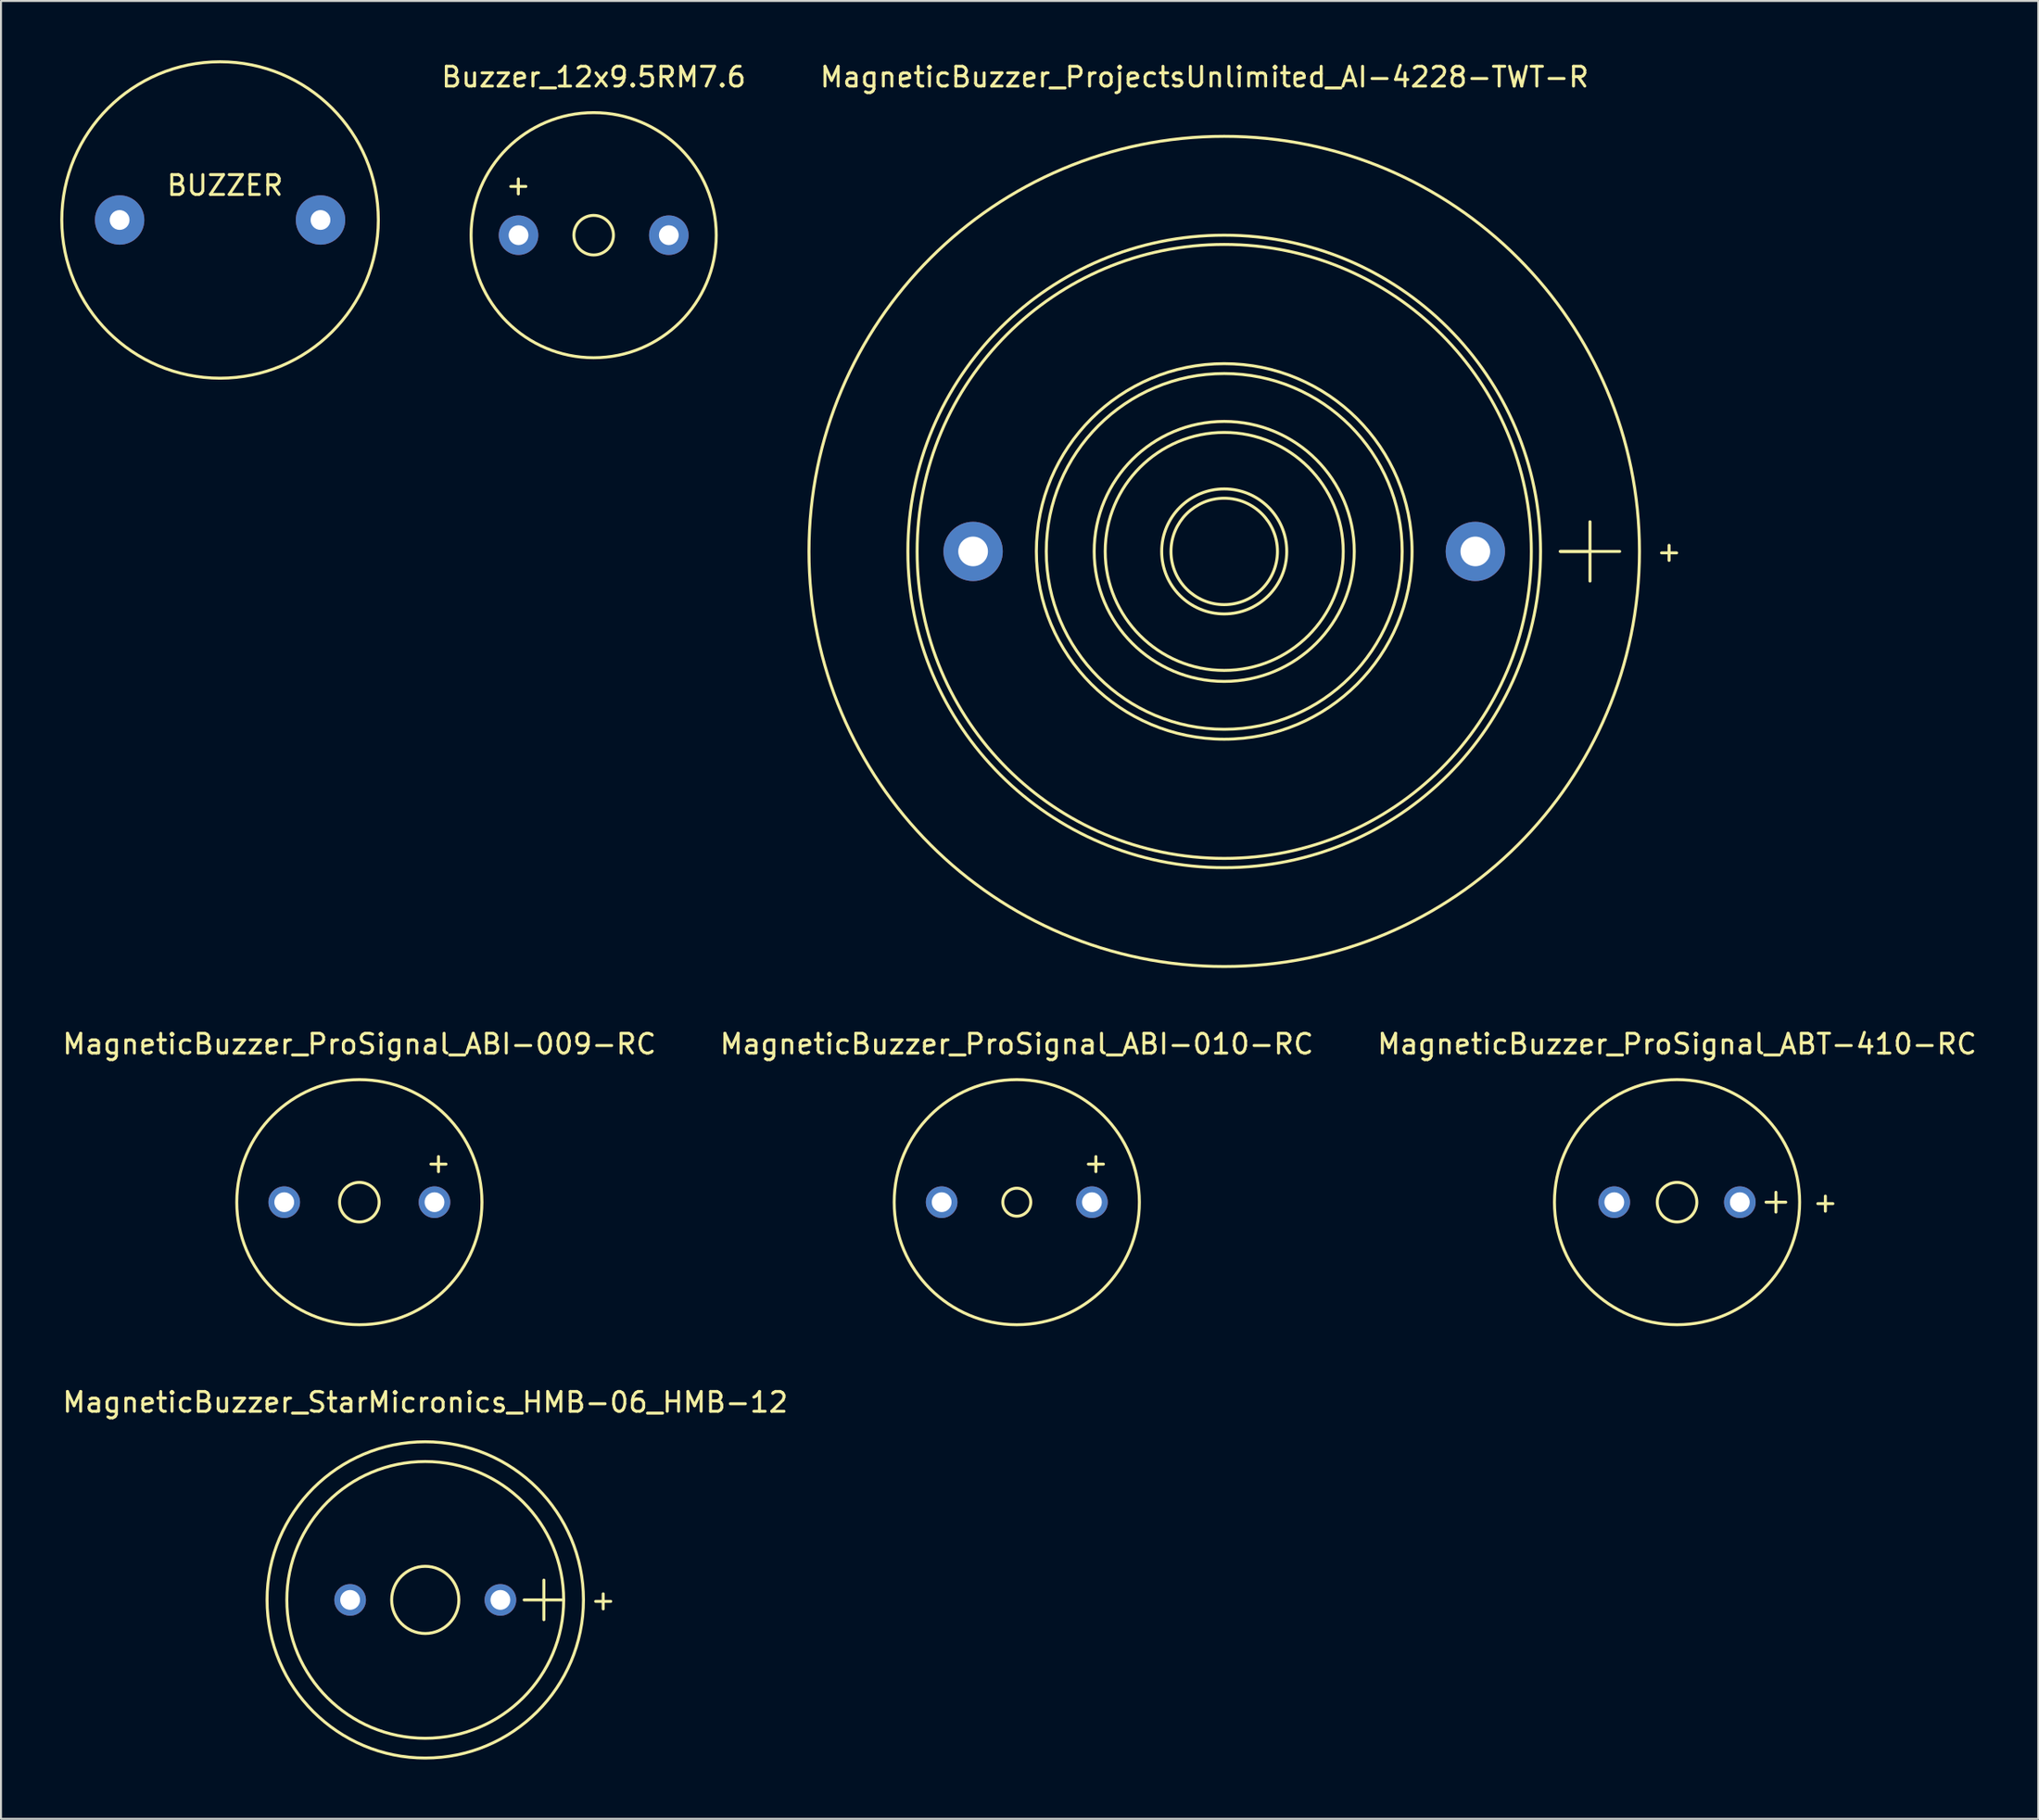
<source format=kicad_pcb>
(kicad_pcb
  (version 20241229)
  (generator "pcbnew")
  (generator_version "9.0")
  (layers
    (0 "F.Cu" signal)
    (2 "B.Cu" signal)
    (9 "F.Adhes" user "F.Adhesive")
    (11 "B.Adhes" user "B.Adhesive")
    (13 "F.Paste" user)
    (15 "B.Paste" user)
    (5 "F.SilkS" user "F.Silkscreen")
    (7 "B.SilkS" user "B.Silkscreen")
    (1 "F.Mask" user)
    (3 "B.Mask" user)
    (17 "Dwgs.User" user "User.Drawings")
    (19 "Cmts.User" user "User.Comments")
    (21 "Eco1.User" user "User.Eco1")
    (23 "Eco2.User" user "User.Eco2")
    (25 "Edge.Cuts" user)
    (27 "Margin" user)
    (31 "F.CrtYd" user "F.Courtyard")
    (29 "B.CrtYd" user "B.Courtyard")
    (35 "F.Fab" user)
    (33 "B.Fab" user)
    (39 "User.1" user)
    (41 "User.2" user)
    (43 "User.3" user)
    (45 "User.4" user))
  (footprint "MagneticBuzzer_ProSignal_ABI-010-RC"
    (layer "F.Cu")
    (at 44.565 57.774)
    (property "Reference" "MagneticBuzzer_ProSignal_ABI-010-RC" (at 3.81 -8.001 0) (layer "F.SilkS") (effects (font (size 1 1) (thickness 0.15))))
    (attr through_hole)
    (fp_circle (center 3.81 0) (end 4.31 0.5) (stroke (width 0.15) (type solid)) (fill no) (layer "F.SilkS"))
    (fp_circle (center 3.81 0) (end 10.01 0) (stroke (width 0.15) (type solid)) (fill no) (layer "F.SilkS"))
    (fp_text user "+" (at 7.811 -1.999 0) (layer "F.SilkS") (effects (font (size 1 1) (thickness 0.15))))
    (pad "1" thru_hole circle (at 0.01 0) (size 1.6 1.6) (drill 1.001) (layers "*.Cu" "*.Mask"))
    (pad "2" thru_hole circle (at 7.61 0) (size 1.6 1.6) (drill 1.001) (layers "*.Cu" "*.Mask")))
  (footprint "Buzzer_12x9.5RM7.6"
    (layer "F.Cu")
    (at 26.975 8.849)
    (property "Reference" "Buzzer_12x9.5RM7.6" (at 0 -8.001 0) (layer "F.SilkS") (effects (font (size 1 1) (thickness 0.15))))
    (attr through_hole)
    (fp_circle (center 0 0) (end 1.001 0) (stroke (width 0.15) (type solid)) (fill no) (layer "F.SilkS"))
    (fp_circle (center 0 0) (end 6.2 0) (stroke (width 0.15) (type solid)) (fill no) (layer "F.SilkS"))
    (fp_text user "+" (at -3.81 -2.54 0) (layer "F.SilkS") (effects (font (size 1 1) (thickness 0.15))))
    (pad "1" thru_hole circle (at -3.8 0) (size 2 2) (drill 1.001) (layers "*.Cu" "*.Mask"))
    (pad "2" thru_hole circle (at 3.8 0) (size 2 2) (drill 1.001) (layers "*.Cu" "*.Mask")))
  (footprint "MagneticBuzzer_ProSignal_ABI-009-RC"
    (layer "F.Cu")
    (at 11.315 57.774)
    (property "Reference" "MagneticBuzzer_ProSignal_ABI-009-RC" (at 3.81 -8.001 0) (layer "F.SilkS") (effects (font (size 1 1) (thickness 0.15))))
    (attr through_hole)
    (fp_circle (center 3.81 0) (end 4.811 0) (stroke (width 0.15) (type solid)) (fill no) (layer "F.SilkS"))
    (fp_circle (center 3.81 0) (end 10.01 0) (stroke (width 0.15) (type solid)) (fill no) (layer "F.SilkS"))
    (fp_text user "+" (at 7.811 -1.999 0) (layer "F.SilkS") (effects (font (size 1 1) (thickness 0.15))))
    (pad "1" thru_hole circle (at 0.01 0) (size 1.6 1.6) (drill 1.001) (layers "*.Cu" "*.Mask"))
    (pad "2" thru_hole circle (at 7.61 0) (size 1.6 1.6) (drill 1.001) (layers "*.Cu" "*.Mask")))
  (footprint "MagneticBuzzer_ProjectsUnlimited_AI-4228-TWT-R"
    (layer "F.Cu")
    (at 46.166 24.849)
    (property "Reference" "MagneticBuzzer_ProjectsUnlimited_AI-4228-TWT-R" (at 11.699 -24 0) (layer "F.SilkS") (effects (font (size 1 1) (thickness 0.15))))
    (attr through_hole)
    (fp_line (start 29.7 0) (end 32.7 0) (stroke (width 0.15) (type solid)) (layer "F.SilkS"))
    (fp_line (start 31.199 0) (end 29.7 0) (stroke (width 0.15) (type solid)) (layer "F.SilkS"))
    (fp_line (start 31.199 0) (end 31.199 -1.501) (stroke (width 0.15) (type solid)) (layer "F.SilkS"))
    (fp_line (start 31.199 0) (end 31.199 1.501) (stroke (width 0.15) (type solid)) (layer "F.SilkS"))
    (fp_circle (center 12.7 0) (end 15.199 1.001) (stroke (width 0.15) (type solid)) (fill no) (layer "F.SilkS"))
    (fp_circle (center 12.7 0) (end 15.7 1.001) (stroke (width 0.15) (type solid)) (fill no) (layer "F.SilkS"))
    (fp_circle (center 12.7 0) (end 18.699 0.5) (stroke (width 0.15) (type solid)) (fill no) (layer "F.SilkS"))
    (fp_circle (center 12.7 0) (end 19.2 1.001) (stroke (width 0.15) (type solid)) (fill no) (layer "F.SilkS"))
    (fp_circle (center 12.7 0) (end 21.699 0) (stroke (width 0.15) (type solid)) (fill no) (layer "F.SilkS"))
    (fp_circle (center 12.7 0) (end 22.2 0) (stroke (width 0.15) (type solid)) (fill no) (layer "F.SilkS"))
    (fp_circle (center 12.7 0) (end 28.199 1.001) (stroke (width 0.15) (type solid)) (fill no) (layer "F.SilkS"))
    (fp_circle (center 12.7 0) (end 28.699 0) (stroke (width 0.15) (type solid)) (fill no) (layer "F.SilkS"))
    (fp_circle (center 12.7 0) (end 33.701 0) (stroke (width 0.15) (type solid)) (fill no) (layer "F.SilkS"))
    (fp_text user "+" (at 35.199 0 0) (layer "F.SilkS") (effects (font (size 1 1) (thickness 0.15))))
    (pad "1" thru_hole circle (at 0 0) (size 3 3) (drill 1.501) (layers "*.Cu" "*.Mask"))
    (pad "2" thru_hole circle (at 25.4 0) (size 3 3) (drill 1.501) (layers "*.Cu" "*.Mask")))
  (footprint "BUZZER"
    (layer "F.Cu")
    (at 8.08 8.08)
    (property "Reference" "BUZZER" (at 0.249 -1.75 0) (layer "F.SilkS") (effects (font (size 1 1) (thickness 0.15))))
    (attr through_hole)
    (fp_circle (center 0 0) (end 8.001 0.249) (stroke (width 0.15) (type solid)) (fill no) (layer "F.SilkS"))
    (pad "1" thru_hole circle (at -5.08 0) (size 2.499 2.499) (drill 1.001) (layers "*.Cu" "*.Mask"))
    (pad "2" thru_hole circle (at 5.08 0) (size 2.499 2.499) (drill 1.001) (layers "*.Cu" "*.Mask")))
  (footprint "MagneticBuzzer_ProSignal_ABT-410-RC"
    (layer "F.Cu")
    (at 78.593 57.774)
    (property "Reference" "MagneticBuzzer_ProSignal_ABT-410-RC" (at 3.175 -8.001 0) (layer "F.SilkS") (effects (font (size 1 1) (thickness 0.15))))
    (attr through_hole)
    (fp_line (start 7.676 0) (end 8.674 0) (stroke (width 0.15) (type solid)) (layer "F.SilkS"))
    (fp_line (start 8.176 -0.5) (end 8.176 0.5) (stroke (width 0.15) (type solid)) (layer "F.SilkS"))
    (fp_circle (center 3.175 0) (end 4.176 0) (stroke (width 0.15) (type solid)) (fill no) (layer "F.SilkS"))
    (fp_circle (center 3.175 0) (end 9.375 0) (stroke (width 0.15) (type solid)) (fill no) (layer "F.SilkS"))
    (fp_text user "+" (at 10.676 0 0) (layer "F.SilkS") (effects (font (size 1 1) (thickness 0.15))))
    (pad "1" thru_hole circle (at 0 0) (size 1.6 1.6) (drill 1.001) (layers "*.Cu" "*.Mask"))
    (pad "2" thru_hole circle (at 6.35 0) (size 1.6 1.6) (drill 1.001) (layers "*.Cu" "*.Mask")))
  (footprint "MagneticBuzzer_StarMicronics_HMB-06_HMB-12"
    (layer "F.Cu")
    (at 14.648 77.897)
    (property "Reference" "MagneticBuzzer_StarMicronics_HMB-06_HMB-12" (at 3.81 -10 0) (layer "F.SilkS") (effects (font (size 1 1) (thickness 0.15))))
    (attr through_hole)
    (fp_line (start 8.811 0) (end 10.81 0) (stroke (width 0.15) (type solid)) (layer "F.SilkS"))
    (fp_line (start 9.809 -1.001) (end 9.809 1.001) (stroke (width 0.15) (type solid)) (layer "F.SilkS"))
    (fp_circle (center 3.81 0) (end 5.509 0) (stroke (width 0.15) (type solid)) (fill no) (layer "F.SilkS"))
    (fp_circle (center 3.81 0) (end 10.81 0) (stroke (width 0.15) (type solid)) (fill no) (layer "F.SilkS"))
    (fp_circle (center 3.81 0) (end 11.811 0) (stroke (width 0.15) (type solid)) (fill no) (layer "F.SilkS"))
    (fp_text user "+" (at 12.809 0 0) (layer "F.SilkS") (effects (font (size 1 1) (thickness 0.15))))
    (pad "1" thru_hole circle (at 0.01 0) (size 1.6 1.6) (drill 1.001) (layers "*.Cu" "*.Mask"))
    (pad "2" thru_hole circle (at 7.61 0) (size 1.6 1.6) (drill 1.001) (layers "*.Cu" "*.Mask")))
  (gr_rect
    (start -3 -3)
    (end 100.036 88.973)
    (stroke (width 0.1) (type default))
    (fill no)
    (layer "Edge.Cuts")))
</source>
